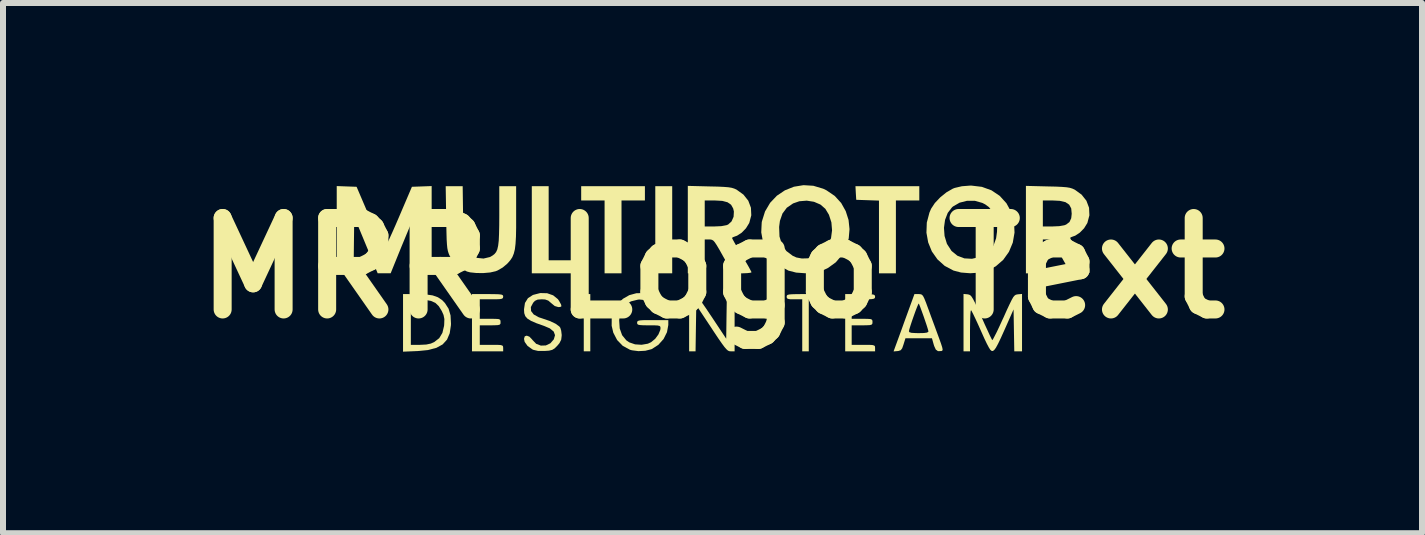
<source format=kicad_pcb>
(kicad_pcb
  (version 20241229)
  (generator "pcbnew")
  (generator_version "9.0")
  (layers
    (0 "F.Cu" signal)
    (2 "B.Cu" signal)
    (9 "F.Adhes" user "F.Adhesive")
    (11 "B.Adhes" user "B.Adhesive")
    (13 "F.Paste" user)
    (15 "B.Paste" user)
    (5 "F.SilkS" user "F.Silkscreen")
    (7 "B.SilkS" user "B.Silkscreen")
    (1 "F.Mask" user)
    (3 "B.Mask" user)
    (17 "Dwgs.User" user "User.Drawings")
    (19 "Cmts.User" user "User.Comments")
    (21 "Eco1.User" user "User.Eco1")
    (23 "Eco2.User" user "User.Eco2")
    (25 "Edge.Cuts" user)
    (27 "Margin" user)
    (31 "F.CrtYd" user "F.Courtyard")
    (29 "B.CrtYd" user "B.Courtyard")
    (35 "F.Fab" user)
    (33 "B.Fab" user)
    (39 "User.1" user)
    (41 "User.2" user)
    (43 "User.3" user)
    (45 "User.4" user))
  (footprint "MRR Logo Text"
    (layer "F.Cu")
    (at 8.825 1.418)
    (property "Reference" "MRR Logo Text" (at 0 0 0) (layer "F.SilkS") (effects (font (size 1.524 1.524) (thickness 0.3))))
    (attr board_only exclude_from_pos_files exclude_from_bom)
    (fp_poly (pts (xy -2.037 1.387) (xy -2.146 1.387) (xy -2.146 0.433) (xy -2.037 0.433)) (stroke (width 0) (type solid)) (fill yes) (layer "F.SilkS"))
    (fp_poly (pts (xy -0.672 0.087) (xy -0.954 0.087) (xy -0.954 -1.365) (xy -0.672 -1.365)) (stroke (width 0) (type solid)) (fill yes) (layer "F.SilkS"))
    (fp_poly (pts (xy -2.731 -0.13) (xy -2.254 -0.13) (xy -2.254 0.087) (xy -3.012 0.087) (xy -3.012 -1.365) (xy -2.731 -1.365)) (stroke (width 0) (type solid)) (fill yes) (layer "F.SilkS"))
    (fp_poly (pts (xy -1.127 -1.127) (xy -1.517 -1.127) (xy -1.517 0.087) (xy -1.799 0.087) (xy -1.799 -1.127) (xy -2.189 -1.127) (xy -2.189 -1.365) (xy -1.127 -1.365)) (stroke (width 0) (type solid)) (fill yes) (layer "F.SilkS"))
    (fp_poly (pts (xy 3.446 -1.127) (xy 3.056 -1.127) (xy 3.056 0.087) (xy 2.774 0.087) (xy 2.774 -1.125) (xy 2.395 -1.138) (xy 2.388 -1.252) (xy 2.382 -1.365) (xy 3.446 -1.365)) (stroke (width 0) (type solid)) (fill yes) (layer "F.SilkS"))
    (fp_poly (pts (xy 1.672 0.434) (xy 1.758 0.435) (xy 1.813 0.439) (xy 1.845 0.446) (xy 1.86 0.456) (xy 1.864 0.471) (xy 1.864 0.477) (xy 1.859 0.501) (xy 1.838 0.514) (xy 1.791 0.519) (xy 1.734 0.52) (xy 1.604 0.52) (xy 1.604 1.387) (xy 1.495 1.387) (xy 1.495 0.52) (xy 1.365 0.52) (xy 1.293 0.519) (xy 1.253 0.512) (xy 1.238 0.496) (xy 1.235 0.477) (xy 1.238 0.46) (xy 1.248 0.448) (xy 1.275 0.44) (xy 1.323 0.436) (xy 1.399 0.434) (xy 1.511 0.433) (xy 1.55 0.433)) (stroke (width 0) (type solid)) (fill yes) (layer "F.SilkS"))
    (fp_poly (pts (xy -0.305 0.436) (xy -0.282 0.448) (xy -0.254 0.473) (xy -0.218 0.516) (xy -0.171 0.582) (xy -0.107 0.674) (xy -0.024 0.798) (xy -0.019 0.805) (xy 0.228 1.177) (xy 0.233 0.805) (xy 0.239 0.433) (xy 0.368 0.433) (xy 0.368 1.387) (xy 0.303 1.387) (xy 0.28 1.385) (xy 0.257 1.375) (xy 0.231 1.352) (xy 0.198 1.314) (xy 0.153 1.253) (xy 0.094 1.168) (xy 0.016 1.051) (xy -0.016 1.002) (xy -0.271 0.618) (xy -0.277 1.002) (xy -0.283 1.387) (xy -0.39 1.387) (xy -0.39 0.433) (xy -0.328 0.433)) (stroke (width 0) (type solid)) (fill yes) (layer "F.SilkS"))
    (fp_poly (pts (xy -3.64 0.434) (xy -3.566 0.436) (xy -3.521 0.441) (xy -3.498 0.45) (xy -3.49 0.464) (xy -3.489 0.477) (xy -3.493 0.497) (xy -3.508 0.51) (xy -3.543 0.517) (xy -3.607 0.52) (xy -3.684 0.52) (xy -3.879 0.52) (xy -3.879 0.845) (xy -3.706 0.845) (xy -3.62 0.846) (xy -3.568 0.849) (xy -3.543 0.859) (xy -3.534 0.877) (xy -3.533 0.899) (xy -3.534 0.926) (xy -3.546 0.942) (xy -3.576 0.95) (xy -3.633 0.953) (xy -3.706 0.954) (xy -3.879 0.954) (xy -3.879 1.279) (xy -3.684 1.279) (xy -3.592 1.279) (xy -3.535 1.282) (xy -3.504 1.29) (xy -3.492 1.304) (xy -3.489 1.328) (xy -3.489 1.333) (xy -3.489 1.387) (xy -4.009 1.387) (xy -4.009 0.433) (xy -3.749 0.433)) (stroke (width 0) (type solid)) (fill yes) (layer "F.SilkS"))
    (fp_poly (pts (xy 2.567 0.434) (xy 2.638 0.436) (xy 2.68 0.441) (xy 2.701 0.451) (xy 2.708 0.466) (xy 2.709 0.477) (xy 2.706 0.497) (xy 2.691 0.51) (xy 2.655 0.517) (xy 2.591 0.52) (xy 2.514 0.52) (xy 2.319 0.52) (xy 2.319 0.845) (xy 2.492 0.845) (xy 2.578 0.846) (xy 2.63 0.849) (xy 2.656 0.859) (xy 2.665 0.877) (xy 2.666 0.899) (xy 2.664 0.926) (xy 2.652 0.942) (xy 2.623 0.95) (xy 2.565 0.953) (xy 2.492 0.954) (xy 2.319 0.954) (xy 2.319 1.279) (xy 2.514 1.279) (xy 2.606 1.279) (xy 2.664 1.282) (xy 2.694 1.29) (xy 2.707 1.304) (xy 2.709 1.328) (xy 2.709 1.333) (xy 2.709 1.387) (xy 2.211 1.387) (xy 2.211 0.433) (xy 2.46 0.433)) (stroke (width 0) (type solid)) (fill yes) (layer "F.SilkS"))
    (fp_poly (pts (xy -4.925 0.434) (xy -4.778 0.439) (xy -4.665 0.455) (xy -4.577 0.486) (xy -4.507 0.533) (xy -4.46 0.582) (xy -4.399 0.677) (xy -4.366 0.789) (xy -4.359 0.925) (xy -4.36 0.953) (xy -4.38 1.086) (xy -4.425 1.192) (xy -4.498 1.272) (xy -4.602 1.329) (xy -4.74 1.365) (xy -4.916 1.383) (xy -4.924 1.383) (xy -5.158 1.393) (xy -5.158 0.515) (xy -5.028 0.515) (xy -5.028 1.279) (xy -4.874 1.279) (xy -4.771 1.274) (xy -4.695 1.258) (xy -4.639 1.233) (xy -4.555 1.168) (xy -4.502 1.08) (xy -4.474 0.962) (xy -4.472 0.936) (xy -4.469 0.849) (xy -4.483 0.781) (xy -4.512 0.716) (xy -4.562 0.635) (xy -4.619 0.58) (xy -4.693 0.547) (xy -4.794 0.529) (xy -4.854 0.525) (xy -5.028 0.515) (xy -5.158 0.515) (xy -5.158 0.433)) (stroke (width 0) (type solid)) (fill yes) (layer "F.SilkS"))
    (fp_poly (pts (xy -4.681 0.087) (xy -4.963 0.087) (xy -4.963 -0.384) (xy -4.964 -0.52) (xy -4.966 -0.638) (xy -4.969 -0.734) (xy -4.974 -0.8) (xy -4.979 -0.832) (xy -4.981 -0.833) (xy -4.994 -0.808) (xy -5.021 -0.748) (xy -5.058 -0.661) (xy -5.104 -0.551) (xy -5.156 -0.425) (xy -5.182 -0.363) (xy -5.364 0.086) (xy -5.472 0.086) (xy -5.581 0.086) (xy -5.776 -0.385) (xy -5.971 -0.856) (xy -5.977 -0.385) (xy -5.982 0.087) (xy -6.263 0.087) (xy -6.263 -1.367) (xy -6.098 -1.361) (xy -5.932 -1.355) (xy -5.711 -0.838) (xy -5.651 -0.7) (xy -5.595 -0.575) (xy -5.547 -0.47) (xy -5.508 -0.389) (xy -5.482 -0.339) (xy -5.47 -0.323) (xy -5.457 -0.343) (xy -5.429 -0.397) (xy -5.389 -0.481) (xy -5.34 -0.588) (xy -5.284 -0.715) (xy -5.23 -0.84) (xy -5.01 -1.355) (xy -4.845 -1.361) (xy -4.681 -1.367)) (stroke (width 0) (type solid)) (fill yes) (layer "F.SilkS"))
    (fp_poly (pts (xy -4.157 -0.858) (xy -4.155 -0.695) (xy -4.152 -0.57) (xy -4.149 -0.477) (xy -4.144 -0.41) (xy -4.137 -0.363) (xy -4.128 -0.33) (xy -4.117 -0.305) (xy -4.105 -0.289) (xy -4.025 -0.214) (xy -3.925 -0.17) (xy -3.817 -0.159) (xy -3.711 -0.184) (xy -3.668 -0.208) (xy -3.634 -0.234) (xy -3.607 -0.267) (xy -3.587 -0.311) (xy -3.573 -0.373) (xy -3.563 -0.457) (xy -3.558 -0.569) (xy -3.555 -0.714) (xy -3.554 -0.877) (xy -3.554 -1.365) (xy -3.273 -1.365) (xy -3.273 -0.86) (xy -3.273 -0.673) (xy -3.276 -0.524) (xy -3.283 -0.406) (xy -3.294 -0.314) (xy -3.312 -0.242) (xy -3.336 -0.183) (xy -3.368 -0.134) (xy -3.409 -0.086) (xy -3.427 -0.068) (xy -3.498 -0.009) (xy -3.579 0.038) (xy -3.613 0.052) (xy -3.705 0.073) (xy -3.819 0.083) (xy -3.936 0.082) (xy -4.04 0.071) (xy -4.093 0.057) (xy -4.194 0.003) (xy -4.29 -0.08) (xy -4.365 -0.176) (xy -4.386 -0.215) (xy -4.4 -0.25) (xy -4.411 -0.287) (xy -4.42 -0.333) (xy -4.426 -0.394) (xy -4.431 -0.475) (xy -4.434 -0.584) (xy -4.437 -0.726) (xy -4.439 -0.84) (xy -4.447 -1.365) (xy -4.164 -1.365)) (stroke (width 0) (type solid)) (fill yes) (layer "F.SilkS"))
    (fp_poly (pts (xy 1.68 -1.372) (xy 1.844 -1.323) (xy 1.898 -1.297) (xy 2.036 -1.203) (xy 2.144 -1.085) (xy 2.22 -0.949) (xy 2.267 -0.802) (xy 2.283 -0.649) (xy 2.27 -0.496) (xy 2.227 -0.349) (xy 2.155 -0.214) (xy 2.055 -0.097) (xy 1.926 -0.003) (xy 1.828 0.043) (xy 1.695 0.076) (xy 1.544 0.086) (xy 1.393 0.075) (xy 1.265 0.042) (xy 1.121 -0.036) (xy 1 -0.145) (xy 0.906 -0.28) (xy 0.842 -0.432) (xy 0.812 -0.595) (xy 0.816 -0.686) (xy 1.11 -0.686) (xy 1.116 -0.527) (xy 1.157 -0.392) (xy 1.23 -0.285) (xy 1.336 -0.205) (xy 1.398 -0.177) (xy 1.488 -0.16) (xy 1.597 -0.163) (xy 1.704 -0.184) (xy 1.768 -0.209) (xy 1.862 -0.281) (xy 1.931 -0.38) (xy 1.975 -0.5) (xy 1.992 -0.63) (xy 1.981 -0.762) (xy 1.94 -0.889) (xy 1.88 -0.988) (xy 1.798 -1.059) (xy 1.691 -1.105) (xy 1.57 -1.124) (xy 1.447 -1.114) (xy 1.343 -1.078) (xy 1.238 -1.006) (xy 1.166 -0.91) (xy 1.123 -0.787) (xy 1.11 -0.686) (xy 0.816 -0.686) (xy 0.82 -0.762) (xy 0.823 -0.778) (xy 0.875 -0.944) (xy 0.96 -1.088) (xy 1.072 -1.206) (xy 1.206 -1.296) (xy 1.356 -1.356) (xy 1.516 -1.382)) (stroke (width 0) (type solid)) (fill yes) (layer "F.SilkS"))
    (fp_poly (pts (xy 5.158 1.387) (xy 5.029 1.387) (xy 5.017 0.689) (xy 4.865 1.032) (xy 4.805 1.165) (xy 4.759 1.261) (xy 4.723 1.327) (xy 4.695 1.365) (xy 4.673 1.381) (xy 4.669 1.382) (xy 4.651 1.38) (xy 4.63 1.362) (xy 4.606 1.325) (xy 4.573 1.263) (xy 4.529 1.171) (xy 4.475 1.05) (xy 4.425 0.938) (xy 4.38 0.841) (xy 4.343 0.764) (xy 4.318 0.716) (xy 4.308 0.701) (xy 4.302 0.718) (xy 4.297 0.771) (xy 4.294 0.854) (xy 4.292 0.959) (xy 4.291 1.039) (xy 4.291 1.387) (xy 4.183 1.387) (xy 4.183 0.431) (xy 4.25 0.437) (xy 4.274 0.442) (xy 4.295 0.452) (xy 4.316 0.474) (xy 4.341 0.514) (xy 4.373 0.575) (xy 4.414 0.665) (xy 4.47 0.788) (xy 4.483 0.816) (xy 4.535 0.934) (xy 4.583 1.038) (xy 4.621 1.121) (xy 4.649 1.177) (xy 4.661 1.201) (xy 4.661 1.201) (xy 4.674 1.186) (xy 4.7 1.137) (xy 4.739 1.061) (xy 4.786 0.961) (xy 4.839 0.845) (xy 4.847 0.829) (xy 4.906 0.697) (xy 4.952 0.599) (xy 4.986 0.53) (xy 5.012 0.484) (xy 5.034 0.458) (xy 5.055 0.444) (xy 5.077 0.439) (xy 5.089 0.437) (xy 5.158 0.431)) (stroke (width 0) (type solid)) (fill yes) (layer "F.SilkS"))
    (fp_poly (pts (xy 3.465 0.435) (xy 3.488 0.443) (xy 3.508 0.464) (xy 3.529 0.505) (xy 3.557 0.574) (xy 3.594 0.675) (xy 3.599 0.688) (xy 3.645 0.814) (xy 3.696 0.952) (xy 3.744 1.083) (xy 3.772 1.159) (xy 3.807 1.256) (xy 3.827 1.318) (xy 3.835 1.356) (xy 3.831 1.374) (xy 3.816 1.382) (xy 3.81 1.383) (xy 3.757 1.384) (xy 3.721 1.358) (xy 3.694 1.299) (xy 3.685 1.27) (xy 3.657 1.17) (xy 3.215 1.17) (xy 3.183 1.273) (xy 3.161 1.336) (xy 3.137 1.368) (xy 3.1 1.381) (xy 3.084 1.383) (xy 3.017 1.389) (xy 3.14 1.053) (xy 3.273 1.053) (xy 3.282 1.069) (xy 3.317 1.079) (xy 3.384 1.083) (xy 3.435 1.084) (xy 3.523 1.082) (xy 3.574 1.075) (xy 3.596 1.062) (xy 3.598 1.054) (xy 3.591 1.025) (xy 3.573 0.966) (xy 3.547 0.889) (xy 3.518 0.804) (xy 3.488 0.721) (xy 3.462 0.65) (xy 3.443 0.603) (xy 3.436 0.59) (xy 3.427 0.606) (xy 3.407 0.653) (xy 3.381 0.721) (xy 3.352 0.802) (xy 3.323 0.885) (xy 3.298 0.961) (xy 3.28 1.02) (xy 3.273 1.052) (xy 3.273 1.053) (xy 3.14 1.053) (xy 3.191 0.911) (xy 3.365 0.433) (xy 3.436 0.433)) (stroke (width 0) (type solid)) (fill yes) (layer "F.SilkS"))
    (fp_poly (pts (xy 4.489 -1.354) (xy 4.649 -1.296) (xy 4.786 -1.204) (xy 4.898 -1.081) (xy 4.979 -0.933) (xy 5.025 -0.766) (xy 5.033 -0.591) (xy 5.004 -0.424) (xy 4.94 -0.271) (xy 4.845 -0.138) (xy 4.721 -0.03) (xy 4.581 0.043) (xy 4.446 0.076) (xy 4.294 0.086) (xy 4.142 0.074) (xy 4.016 0.041) (xy 3.869 -0.037) (xy 3.748 -0.146) (xy 3.655 -0.278) (xy 3.594 -0.428) (xy 3.565 -0.59) (xy 3.568 -0.671) (xy 3.857 -0.671) (xy 3.867 -0.535) (xy 3.906 -0.406) (xy 3.91 -0.399) (xy 3.983 -0.286) (xy 4.081 -0.206) (xy 4.197 -0.162) (xy 4.324 -0.155) (xy 4.458 -0.187) (xy 4.504 -0.208) (xy 4.609 -0.279) (xy 4.682 -0.373) (xy 4.726 -0.496) (xy 4.741 -0.605) (xy 4.744 -0.699) (xy 4.735 -0.772) (xy 4.71 -0.844) (xy 4.705 -0.857) (xy 4.657 -0.951) (xy 4.607 -1.016) (xy 4.544 -1.062) (xy 4.497 -1.086) (xy 4.374 -1.121) (xy 4.243 -1.122) (xy 4.117 -1.09) (xy 4.008 -1.027) (xy 3.991 -1.012) (xy 3.92 -0.92) (xy 3.875 -0.803) (xy 3.857 -0.671) (xy 3.568 -0.671) (xy 3.571 -0.758) (xy 3.615 -0.925) (xy 3.643 -0.99) (xy 3.705 -1.084) (xy 3.795 -1.179) (xy 3.899 -1.263) (xy 4.005 -1.324) (xy 4.036 -1.336) (xy 4.155 -1.364) (xy 4.296 -1.375) (xy 4.313 -1.375)) (stroke (width 0) (type solid)) (fill yes) (layer "F.SilkS"))
    (fp_poly (pts (xy 5.586 -1.361) (xy 5.724 -1.358) (xy 5.826 -1.353) (xy 5.901 -1.347) (xy 5.955 -1.338) (xy 5.997 -1.325) (xy 6.034 -1.308) (xy 6.036 -1.307) (xy 6.15 -1.225) (xy 6.231 -1.123) (xy 6.275 -1.006) (xy 6.281 -0.88) (xy 6.247 -0.752) (xy 6.244 -0.747) (xy 6.192 -0.663) (xy 6.12 -0.59) (xy 6.044 -0.54) (xy 6.012 -0.529) (xy 5.973 -0.514) (xy 5.96 -0.503) (xy 5.97 -0.481) (xy 5.999 -0.429) (xy 6.042 -0.353) (xy 6.096 -0.261) (xy 6.122 -0.215) (xy 6.18 -0.117) (xy 6.228 -0.033) (xy 6.264 0.031) (xy 6.283 0.068) (xy 6.285 0.074) (xy 6.265 0.08) (xy 6.213 0.085) (xy 6.138 0.087) (xy 6.128 0.087) (xy 5.971 0.087) (xy 5.811 -0.195) (xy 5.749 -0.304) (xy 5.704 -0.38) (xy 5.671 -0.43) (xy 5.644 -0.459) (xy 5.62 -0.472) (xy 5.594 -0.477) (xy 5.578 -0.477) (xy 5.505 -0.477) (xy 5.505 0.087) (xy 5.223 0.087) (xy 5.223 -0.694) (xy 5.505 -0.694) (xy 5.668 -0.694) (xy 5.78 -0.699) (xy 5.864 -0.714) (xy 5.894 -0.726) (xy 5.949 -0.768) (xy 5.978 -0.831) (xy 5.986 -0.905) (xy 5.978 -0.994) (xy 5.944 -1.057) (xy 5.882 -1.099) (xy 5.786 -1.121) (xy 5.668 -1.127) (xy 5.505 -1.127) (xy 5.505 -0.694) (xy 5.223 -0.694) (xy 5.223 -1.37)) (stroke (width 0) (type solid)) (fill yes) (layer "F.SilkS"))
    (fp_poly (pts (xy -0.049 -1.361) (xy 0.089 -1.358) (xy 0.191 -1.353) (xy 0.266 -1.347) (xy 0.32 -1.338) (xy 0.362 -1.325) (xy 0.4 -1.308) (xy 0.401 -1.307) (xy 0.515 -1.225) (xy 0.596 -1.123) (xy 0.64 -1.006) (xy 0.646 -0.88) (xy 0.612 -0.752) (xy 0.609 -0.747) (xy 0.557 -0.663) (xy 0.486 -0.59) (xy 0.409 -0.54) (xy 0.378 -0.529) (xy 0.338 -0.514) (xy 0.325 -0.502) (xy 0.336 -0.479) (xy 0.365 -0.426) (xy 0.409 -0.35) (xy 0.463 -0.258) (xy 0.488 -0.217) (xy 0.545 -0.12) (xy 0.594 -0.036) (xy 0.629 0.028) (xy 0.648 0.065) (xy 0.65 0.07) (xy 0.63 0.078) (xy 0.578 0.084) (xy 0.504 0.087) (xy 0.493 0.087) (xy 0.336 0.087) (xy 0.177 -0.195) (xy 0.116 -0.304) (xy 0.071 -0.38) (xy 0.038 -0.43) (xy 0.012 -0.459) (xy -0.012 -0.472) (xy -0.039 -0.477) (xy -0.055 -0.477) (xy -0.13 -0.477) (xy -0.13 0.087) (xy -0.412 0.087) (xy -0.412 -0.694) (xy -0.13 -0.694) (xy 0.034 -0.694) (xy 0.147 -0.699) (xy 0.232 -0.715) (xy 0.26 -0.726) (xy 0.317 -0.778) (xy 0.351 -0.855) (xy 0.356 -0.943) (xy 0.344 -0.994) (xy 0.309 -1.056) (xy 0.25 -1.097) (xy 0.162 -1.12) (xy 0.038 -1.127) (xy 0.034 -1.127) (xy -0.13 -1.127) (xy -0.13 -0.694) (xy -0.412 -0.694) (xy -0.412 -1.37)) (stroke (width 0) (type solid)) (fill yes) (layer "F.SilkS"))
    (fp_poly (pts (xy -2.756 0.419) (xy -2.656 0.454) (xy -2.577 0.518) (xy -2.558 0.546) (xy -2.525 0.605) (xy -2.518 0.636) (xy -2.538 0.648) (xy -2.57 0.65) (xy -2.63 0.632) (xy -2.687 0.585) (xy -2.737 0.542) (xy -2.79 0.523) (xy -2.846 0.52) (xy -2.915 0.525) (xy -2.96 0.546) (xy -2.989 0.577) (xy -3.028 0.65) (xy -3.024 0.716) (xy -2.98 0.773) (xy -2.895 0.82) (xy -2.843 0.837) (xy -2.717 0.88) (xy -2.618 0.926) (xy -2.554 0.972) (xy -2.536 0.996) (xy -2.522 1.044) (xy -2.514 1.111) (xy -2.514 1.126) (xy -2.522 1.193) (xy -2.551 1.251) (xy -2.587 1.294) (xy -2.631 1.338) (xy -2.672 1.363) (xy -2.725 1.376) (xy -2.798 1.381) (xy -2.906 1.381) (xy -2.984 1.363) (xy -3.002 1.355) (xy -3.083 1.297) (xy -3.131 1.23) (xy -3.142 1.179) (xy -3.129 1.137) (xy -3.096 1.126) (xy -3.052 1.143) (xy -3.008 1.188) (xy -3.001 1.198) (xy -2.939 1.262) (xy -2.861 1.292) (xy -2.778 1.289) (xy -2.702 1.253) (xy -2.645 1.187) (xy -2.625 1.118) (xy -2.647 1.058) (xy -2.711 1.005) (xy -2.807 0.964) (xy -2.934 0.919) (xy -3.024 0.88) (xy -3.085 0.842) (xy -3.121 0.801) (xy -3.138 0.751) (xy -3.142 0.688) (xy -3.126 0.581) (xy -3.076 0.501) (xy -2.992 0.447) (xy -2.991 0.447) (xy -2.871 0.416)) (stroke (width 0) (type solid)) (fill yes) (layer "F.SilkS"))
    (fp_poly (pts (xy -1.029 0.447) (xy -0.915 0.514) (xy -0.872 0.552) (xy -0.812 0.618) (xy -0.786 0.66) (xy -0.793 0.684) (xy -0.832 0.693) (xy -0.845 0.694) (xy -0.91 0.676) (xy -0.944 0.641) (xy -1.011 0.576) (xy -1.105 0.535) (xy -1.216 0.524) (xy -1.24 0.525) (xy -1.361 0.555) (xy -1.455 0.618) (xy -1.519 0.712) (xy -1.552 0.835) (xy -1.556 0.873) (xy -1.547 1.005) (xy -1.507 1.118) (xy -1.437 1.204) (xy -1.387 1.238) (xy -1.291 1.271) (xy -1.182 1.278) (xy -1.078 1.26) (xy -1.024 1.235) (xy -0.956 1.179) (xy -0.902 1.106) (xy -0.871 1.032) (xy -0.867 1.002) (xy -0.869 0.979) (xy -0.881 0.965) (xy -0.912 0.957) (xy -0.969 0.954) (xy -1.062 0.954) (xy -1.062 0.954) (xy -1.155 0.953) (xy -1.212 0.949) (xy -1.243 0.942) (xy -1.255 0.927) (xy -1.257 0.91) (xy -1.254 0.892) (xy -1.242 0.88) (xy -1.212 0.872) (xy -1.159 0.868) (xy -1.073 0.867) (xy -0.997 0.867) (xy -0.737 0.867) (xy -0.737 0.948) (xy -0.759 1.068) (xy -0.816 1.182) (xy -0.903 1.279) (xy -1.012 1.349) (xy -1.023 1.353) (xy -1.121 1.378) (xy -1.235 1.384) (xy -1.343 1.37) (xy -1.376 1.361) (xy -1.496 1.296) (xy -1.59 1.199) (xy -1.654 1.076) (xy -1.681 0.961) (xy -1.68 0.823) (xy -1.644 0.7) (xy -1.58 0.595) (xy -1.492 0.511) (xy -1.387 0.451) (xy -1.27 0.419) (xy -1.149 0.416)) (stroke (width 0) (type solid)) (fill yes) (layer "F.SilkS")))
  (gr_rect
    (start -3 -3)
    (end 20.649 5.836)
    (stroke (width 0.1) (type default))
    (fill no)
    (layer "Edge.Cuts")))
</source>
